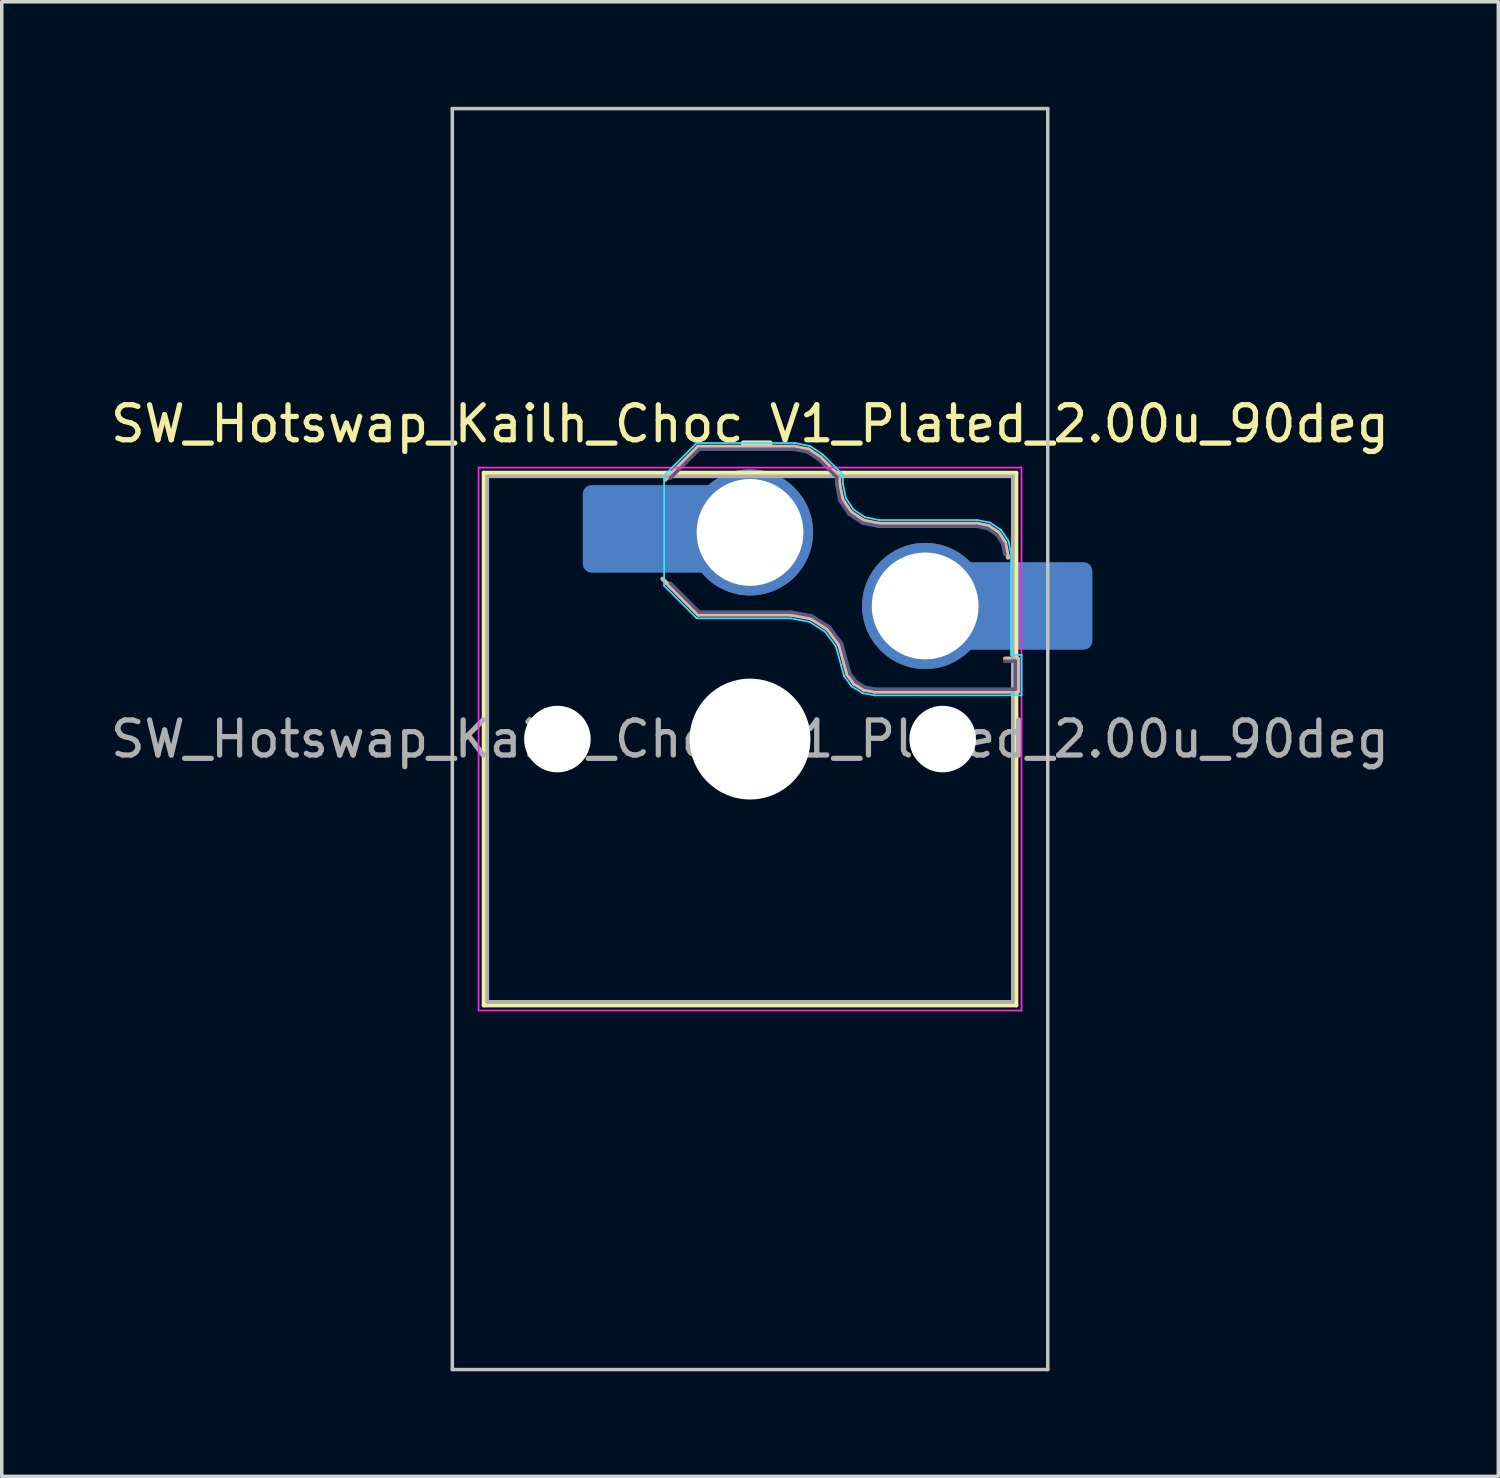
<source format=kicad_pcb>
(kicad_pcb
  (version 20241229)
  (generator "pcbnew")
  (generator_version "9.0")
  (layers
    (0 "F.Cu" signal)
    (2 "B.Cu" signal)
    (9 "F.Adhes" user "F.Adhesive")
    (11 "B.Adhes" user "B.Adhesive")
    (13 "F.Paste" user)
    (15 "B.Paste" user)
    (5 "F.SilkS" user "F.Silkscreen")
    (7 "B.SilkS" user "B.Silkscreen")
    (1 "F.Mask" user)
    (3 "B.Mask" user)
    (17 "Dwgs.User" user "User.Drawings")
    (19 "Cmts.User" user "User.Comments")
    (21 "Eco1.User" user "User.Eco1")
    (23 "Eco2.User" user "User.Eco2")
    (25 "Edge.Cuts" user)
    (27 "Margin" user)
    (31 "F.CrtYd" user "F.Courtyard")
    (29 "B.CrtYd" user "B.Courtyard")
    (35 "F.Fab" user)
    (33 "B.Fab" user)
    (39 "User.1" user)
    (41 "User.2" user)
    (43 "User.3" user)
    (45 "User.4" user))
  (footprint "SW_Hotswap_Kailh_Choc_V1_Plated_2.00u_90deg"
    (layer "F.Cu")
    (at 18.363 18.05)
    (property "Reference" "SW_Hotswap_Kailh_Choc_V1_Plated_2.00u_90deg" (at 0 -9 0) (layer "F.SilkS") (effects (font (size 1 1) (thickness 0.15))))
    (attr smd)
    (fp_line (start -7.6 -7.6) (end -7.6 7.6) (stroke (width 0.12) (type solid)) (layer "F.SilkS"))
    (fp_line (start -7.6 7.6) (end 7.6 7.6) (stroke (width 0.12) (type solid)) (layer "F.SilkS"))
    (fp_line (start 7.6 -7.6) (end -7.6 -7.6) (stroke (width 0.12) (type solid)) (layer "F.SilkS"))
    (fp_line (start 7.6 7.6) (end 7.6 -7.6) (stroke (width 0.12) (type solid)) (layer "F.SilkS"))
    (fp_line (start -2.416 -7.409) (end -1.479 -8.346) (stroke (width 0.12) (type solid)) (layer "B.SilkS"))
    (fp_line (start -1.479 -8.346) (end 1.268 -8.346) (stroke (width 0.12) (type solid)) (layer "B.SilkS"))
    (fp_line (start -1.479 -3.554) (end -2.5 -4.575) (stroke (width 0.12) (type solid)) (layer "B.SilkS"))
    (fp_line (start 1.168 -3.554) (end -1.479 -3.554) (stroke (width 0.12) (type solid)) (layer "B.SilkS"))
    (fp_line (start 1.268 -8.346) (end 1.671 -8.266) (stroke (width 0.12) (type solid)) (layer "B.SilkS"))
    (fp_line (start 1.671 -8.266) (end 2.013 -8.037) (stroke (width 0.12) (type solid)) (layer "B.SilkS"))
    (fp_line (start 1.73 -3.449) (end 1.168 -3.554) (stroke (width 0.12) (type solid)) (layer "B.SilkS"))
    (fp_line (start 2.013 -8.037) (end 2.546 -7.504) (stroke (width 0.12) (type solid)) (layer "B.SilkS"))
    (fp_line (start 2.209 -3.15) (end 1.73 -3.449) (stroke (width 0.12) (type solid)) (layer "B.SilkS"))
    (fp_line (start 2.546 -7.504) (end 2.546 -7.282) (stroke (width 0.12) (type solid)) (layer "B.SilkS"))
    (fp_line (start 2.546 -7.282) (end 2.633 -6.844) (stroke (width 0.12) (type solid)) (layer "B.SilkS"))
    (fp_line (start 2.547 -2.697) (end 2.209 -3.15) (stroke (width 0.12) (type solid)) (layer "B.SilkS"))
    (fp_line (start 2.633 -6.844) (end 2.877 -6.477) (stroke (width 0.12) (type solid)) (layer "B.SilkS"))
    (fp_line (start 2.701 -2.139) (end 2.547 -2.697) (stroke (width 0.12) (type solid)) (layer "B.SilkS"))
    (fp_line (start 2.783 -1.841) (end 2.701 -2.139) (stroke (width 0.12) (type solid)) (layer "B.SilkS"))
    (fp_line (start 2.877 -6.477) (end 3.244 -6.233) (stroke (width 0.12) (type solid)) (layer "B.SilkS"))
    (fp_line (start 2.976 -1.583) (end 2.783 -1.841) (stroke (width 0.12) (type solid)) (layer "B.SilkS"))
    (fp_line (start 3.244 -6.233) (end 3.682 -6.146) (stroke (width 0.12) (type solid)) (layer "B.SilkS"))
    (fp_line (start 3.25 -1.413) (end 2.976 -1.583) (stroke (width 0.12) (type solid)) (layer "B.SilkS"))
    (fp_line (start 3.56 -1.354) (end 3.25 -1.413) (stroke (width 0.12) (type solid)) (layer "B.SilkS"))
    (fp_line (start 3.682 -6.146) (end 6.482 -6.146) (stroke (width 0.12) (type solid)) (layer "B.SilkS"))
    (fp_line (start 6.482 -6.146) (end 6.809 -6.081) (stroke (width 0.12) (type solid)) (layer "B.SilkS"))
    (fp_line (start 6.809 -6.081) (end 7.092 -5.892) (stroke (width 0.12) (type solid)) (layer "B.SilkS"))
    (fp_line (start 7.092 -5.892) (end 7.281 -5.609) (stroke (width 0.12) (type solid)) (layer "B.SilkS"))
    (fp_line (start 7.281 -5.609) (end 7.366 -5.182) (stroke (width 0.12) (type solid)) (layer "B.SilkS"))
    (fp_line (start 7.283 -2.296) (end 7.646 -2.296) (stroke (width 0.12) (type solid)) (layer "B.SilkS"))
    (fp_line (start 7.646 -2.296) (end 7.646 -1.354) (stroke (width 0.12) (type solid)) (layer "B.SilkS"))
    (fp_line (start 7.646 -1.354) (end 3.56 -1.354) (stroke (width 0.12) (type solid)) (layer "B.SilkS"))
    (fp_line (start -8.5 -18) (end 8.5 -18) (stroke (width 0.1) (type solid)) (layer "Dwgs.User"))
    (fp_line (start -8.5 18) (end -8.5 -18) (stroke (width 0.1) (type solid)) (layer "Dwgs.User"))
    (fp_line (start 8.5 -18) (end 8.5 18) (stroke (width 0.1) (type solid)) (layer "Dwgs.User"))
    (fp_line (start 8.5 18) (end -8.5 18) (stroke (width 0.1) (type solid)) (layer "Dwgs.User"))
    (fp_line (start -7.25 -7.25) (end -7.25 7.25) (stroke (width 0.1) (type solid)) (layer "Eco1.User"))
    (fp_line (start -7.25 7.25) (end 7.25 7.25) (stroke (width 0.1) (type solid)) (layer "Eco1.User"))
    (fp_line (start 7.25 -7.25) (end -7.25 -7.25) (stroke (width 0.1) (type solid)) (layer "Eco1.User"))
    (fp_line (start 7.25 7.25) (end 7.25 -7.25) (stroke (width 0.1) (type solid)) (layer "Eco1.User"))
    (fp_line (start -2.452 -7.523) (end -1.523 -8.452) (stroke (width 0.05) (type solid)) (layer "B.CrtYd"))
    (fp_line (start -2.452 -4.377) (end -2.452 -7.523) (stroke (width 0.05) (type solid)) (layer "B.CrtYd"))
    (fp_line (start -1.523 -8.452) (end 1.278 -8.452) (stroke (width 0.05) (type solid)) (layer "B.CrtYd"))
    (fp_line (start -1.523 -3.448) (end -2.452 -4.377) (stroke (width 0.05) (type solid)) (layer "B.CrtYd"))
    (fp_line (start 1.159 -3.448) (end -1.523 -3.448) (stroke (width 0.05) (type solid)) (layer "B.CrtYd"))
    (fp_line (start 1.278 -8.452) (end 1.712 -8.366) (stroke (width 0.05) (type solid)) (layer "B.CrtYd"))
    (fp_line (start 1.691 -3.348) (end 1.159 -3.448) (stroke (width 0.05) (type solid)) (layer "B.CrtYd"))
    (fp_line (start 1.712 -8.366) (end 2.081 -8.119) (stroke (width 0.05) (type solid)) (layer "B.CrtYd"))
    (fp_line (start 2.081 -8.119) (end 2.652 -7.548) (stroke (width 0.05) (type solid)) (layer "B.CrtYd"))
    (fp_line (start 2.136 -3.071) (end 1.691 -3.348) (stroke (width 0.05) (type solid)) (layer "B.CrtYd"))
    (fp_line (start 2.45 -2.65) (end 2.136 -3.071) (stroke (width 0.05) (type solid)) (layer "B.CrtYd"))
    (fp_line (start 2.599 -2.111) (end 2.45 -2.65) (stroke (width 0.05) (type solid)) (layer "B.CrtYd"))
    (fp_line (start 2.652 -7.548) (end 2.652 -7.292) (stroke (width 0.05) (type solid)) (layer "B.CrtYd"))
    (fp_line (start 2.652 -7.292) (end 2.733 -6.885) (stroke (width 0.05) (type solid)) (layer "B.CrtYd"))
    (fp_line (start 2.687 -1.794) (end 2.599 -2.111) (stroke (width 0.05) (type solid)) (layer "B.CrtYd"))
    (fp_line (start 2.733 -6.885) (end 2.953 -6.553) (stroke (width 0.05) (type solid)) (layer "B.CrtYd"))
    (fp_line (start 2.903 -1.503) (end 2.687 -1.794) (stroke (width 0.05) (type solid)) (layer "B.CrtYd"))
    (fp_line (start 2.953 -6.553) (end 3.285 -6.333) (stroke (width 0.05) (type solid)) (layer "B.CrtYd"))
    (fp_line (start 3.211 -1.312) (end 2.903 -1.503) (stroke (width 0.05) (type solid)) (layer "B.CrtYd"))
    (fp_line (start 3.285 -6.333) (end 3.692 -6.252) (stroke (width 0.05) (type solid)) (layer "B.CrtYd"))
    (fp_line (start 3.55 -1.248) (end 3.211 -1.312) (stroke (width 0.05) (type solid)) (layer "B.CrtYd"))
    (fp_line (start 3.692 -6.252) (end 6.492 -6.252) (stroke (width 0.05) (type solid)) (layer "B.CrtYd"))
    (fp_line (start 6.492 -6.252) (end 6.85 -6.181) (stroke (width 0.05) (type solid)) (layer "B.CrtYd"))
    (fp_line (start 6.85 -6.181) (end 7.168 -5.968) (stroke (width 0.05) (type solid)) (layer "B.CrtYd"))
    (fp_line (start 7.168 -5.968) (end 7.381 -5.65) (stroke (width 0.05) (type solid)) (layer "B.CrtYd"))
    (fp_line (start 7.381 -5.65) (end 7.452 -5.292) (stroke (width 0.05) (type solid)) (layer "B.CrtYd"))
    (fp_line (start 7.452 -5.292) (end 7.452 -2.402) (stroke (width 0.05) (type solid)) (layer "B.CrtYd"))
    (fp_line (start 7.452 -2.402) (end 7.752 -2.402) (stroke (width 0.05) (type solid)) (layer "B.CrtYd"))
    (fp_line (start 7.752 -2.402) (end 7.752 -1.248) (stroke (width 0.05) (type solid)) (layer "B.CrtYd"))
    (fp_line (start 7.752 -1.248) (end 3.55 -1.248) (stroke (width 0.05) (type solid)) (layer "B.CrtYd"))
    (fp_line (start -7.75 -7.75) (end -7.75 7.75) (stroke (width 0.05) (type solid)) (layer "F.CrtYd"))
    (fp_line (start -7.75 7.75) (end 7.75 7.75) (stroke (width 0.05) (type solid)) (layer "F.CrtYd"))
    (fp_line (start 7.75 -7.75) (end -7.75 -7.75) (stroke (width 0.05) (type solid)) (layer "F.CrtYd"))
    (fp_line (start 7.75 7.75) (end 7.75 -7.75) (stroke (width 0.05) (type solid)) (layer "F.CrtYd"))
    (fp_line (start -2.275 -7.45) (end -1.45 -8.275) (stroke (width 0.1) (type solid)) (layer "B.Fab"))
    (fp_line (start -1.45 -8.275) (end 1.261 -8.275) (stroke (width 0.1) (type solid)) (layer "B.Fab"))
    (fp_line (start -1.45 -3.625) (end -2.275 -4.45) (stroke (width 0.1) (type solid)) (layer "B.Fab"))
    (fp_line (start 1.175 -3.625) (end -1.45 -3.625) (stroke (width 0.1) (type solid)) (layer "B.Fab"))
    (fp_line (start 1.261 -8.275) (end 1.643 -8.199) (stroke (width 0.1) (type solid)) (layer "B.Fab"))
    (fp_line (start 1.643 -8.199) (end 1.968 -7.982) (stroke (width 0.1) (type solid)) (layer "B.Fab"))
    (fp_line (start 1.756 -3.516) (end 1.175 -3.625) (stroke (width 0.1) (type solid)) (layer "B.Fab"))
    (fp_line (start 1.968 -7.982) (end 2.475 -7.475) (stroke (width 0.1) (type solid)) (layer "B.Fab"))
    (fp_line (start 2.258 -3.203) (end 1.756 -3.516) (stroke (width 0.1) (type solid)) (layer "B.Fab"))
    (fp_line (start 2.475 -7.475) (end 2.475 -7.275) (stroke (width 0.1) (type solid)) (layer "B.Fab"))
    (fp_line (start 2.475 -7.275) (end 2.566 -6.816) (stroke (width 0.1) (type solid)) (layer "B.Fab"))
    (fp_line (start 2.566 -6.816) (end 2.826 -6.426) (stroke (width 0.1) (type solid)) (layer "B.Fab"))
    (fp_line (start 2.612 -2.729) (end 2.258 -3.203) (stroke (width 0.1) (type solid)) (layer "B.Fab"))
    (fp_line (start 2.769 -2.158) (end 2.612 -2.729) (stroke (width 0.1) (type solid)) (layer "B.Fab"))
    (fp_line (start 2.826 -6.426) (end 3.216 -6.166) (stroke (width 0.1) (type solid)) (layer "B.Fab"))
    (fp_line (start 2.848 -1.873) (end 2.769 -2.158) (stroke (width 0.1) (type solid)) (layer "B.Fab"))
    (fp_line (start 3.025 -1.636) (end 2.848 -1.873) (stroke (width 0.1) (type solid)) (layer "B.Fab"))
    (fp_line (start 3.216 -6.166) (end 3.675 -6.075) (stroke (width 0.1) (type solid)) (layer "B.Fab"))
    (fp_line (start 3.276 -1.48) (end 3.025 -1.636) (stroke (width 0.1) (type solid)) (layer "B.Fab"))
    (fp_line (start 3.567 -1.425) (end 3.276 -1.48) (stroke (width 0.1) (type solid)) (layer "B.Fab"))
    (fp_line (start 3.675 -6.075) (end 6.475 -6.075) (stroke (width 0.1) (type solid)) (layer "B.Fab"))
    (fp_line (start 6.475 -6.075) (end 6.781 -6.014) (stroke (width 0.1) (type solid)) (layer "B.Fab"))
    (fp_line (start 6.781 -6.014) (end 7.041 -5.841) (stroke (width 0.1) (type solid)) (layer "B.Fab"))
    (fp_line (start 7.041 -5.841) (end 7.214 -5.581) (stroke (width 0.1) (type solid)) (layer "B.Fab"))
    (fp_line (start 7.214 -5.581) (end 7.275 -5.275) (stroke (width 0.1) (type solid)) (layer "B.Fab"))
    (fp_line (start 7.275 -2.225) (end 7.575 -2.225) (stroke (width 0.1) (type solid)) (layer "B.Fab"))
    (fp_line (start 7.575 -2.225) (end 7.575 -1.425) (stroke (width 0.1) (type solid)) (layer "B.Fab"))
    (fp_line (start 7.575 -1.425) (end 3.567 -1.425) (stroke (width 0.1) (type solid)) (layer "B.Fab"))
    (fp_line (start -7.5 -7.5) (end -7.5 7.5) (stroke (width 0.1) (type solid)) (layer "F.Fab"))
    (fp_line (start -7.5 7.5) (end 7.5 7.5) (stroke (width 0.1) (type solid)) (layer "F.Fab"))
    (fp_line (start 7.5 -7.5) (end -7.5 -7.5) (stroke (width 0.1) (type solid)) (layer "F.Fab"))
    (fp_line (start 7.5 7.5) (end 7.5 -7.5) (stroke (width 0.1) (type solid)) (layer "F.Fab"))
    (fp_text user "${REFERENCE}" (at 0 0 0) (layer "F.Fab") (effects (font (size 1 1) (thickness 0.15))))
    (pad "" np_thru_hole circle (at -5.5 0) (size 1.9 1.9) (drill 1.9) (layers "*.Cu" "*.Mask"))
    (pad "" smd roundrect (at -3.5 -6) (size 2.55 2.5) (layers "B.Mask" "B.Paste") (roundrect_rratio 0.1))
    (pad "" np_thru_hole circle (at 0 0) (size 3.45 3.45) (drill 3.45) (layers "*.Cu" "*.Mask"))
    (pad "" np_thru_hole circle (at 5.5 0) (size 1.9 1.9) (drill 1.9) (layers "*.Cu" "*.Mask"))
    (pad "" smd roundrect (at 8.5 -3.8) (size 2.55 2.5) (layers "B.Mask" "B.Paste") (roundrect_rratio 0.1))
    (pad "1" smd roundrect (at -2.85 -6) (size 3.85 2.5) (layers "B.Cu") (roundrect_rratio 0.1))
    (pad "1" thru_hole circle (at 0 -5.9) (size 3.6 3.6) (drill 3.05) (layers "*.Cu" "*.Mask"))
    (pad "2" thru_hole circle (at 5 -3.8) (size 3.6 3.6) (drill 3.05) (layers "*.Cu" "*.Mask"))
    (pad "2" smd roundrect (at 7.85 -3.8) (size 3.85 2.5) (layers "B.Cu") (roundrect_rratio 0.1)))
  (gr_rect
    (start -3 -3)
    (end 39.726 39.1)
    (stroke (width 0.1) (type default))
    (fill no)
    (layer "Edge.Cuts")))
</source>
